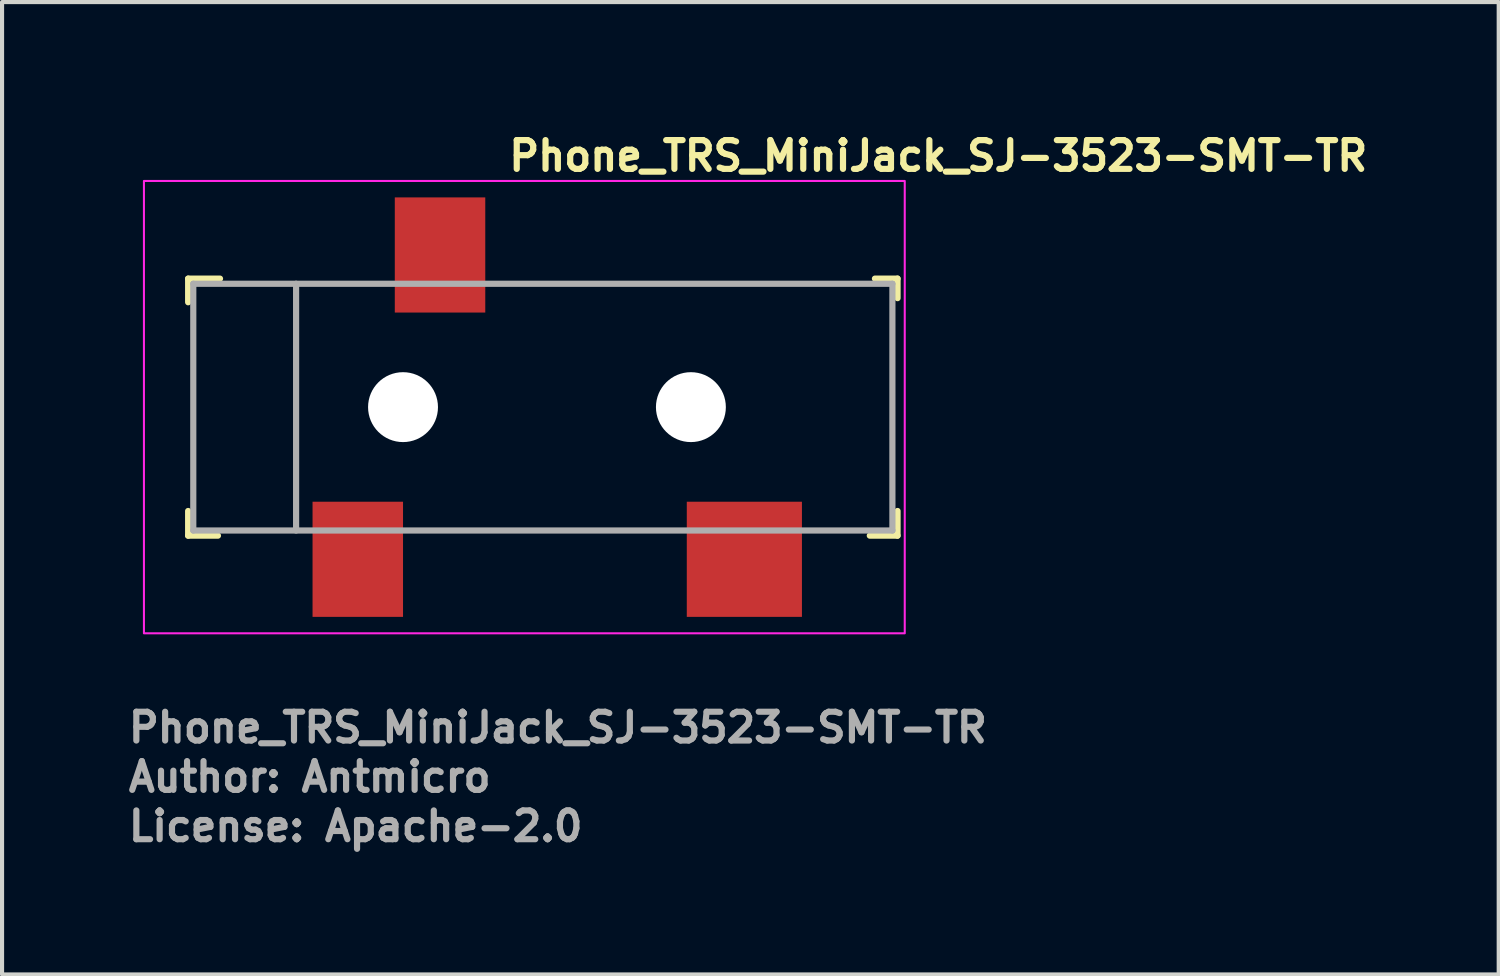
<source format=kicad_pcb>
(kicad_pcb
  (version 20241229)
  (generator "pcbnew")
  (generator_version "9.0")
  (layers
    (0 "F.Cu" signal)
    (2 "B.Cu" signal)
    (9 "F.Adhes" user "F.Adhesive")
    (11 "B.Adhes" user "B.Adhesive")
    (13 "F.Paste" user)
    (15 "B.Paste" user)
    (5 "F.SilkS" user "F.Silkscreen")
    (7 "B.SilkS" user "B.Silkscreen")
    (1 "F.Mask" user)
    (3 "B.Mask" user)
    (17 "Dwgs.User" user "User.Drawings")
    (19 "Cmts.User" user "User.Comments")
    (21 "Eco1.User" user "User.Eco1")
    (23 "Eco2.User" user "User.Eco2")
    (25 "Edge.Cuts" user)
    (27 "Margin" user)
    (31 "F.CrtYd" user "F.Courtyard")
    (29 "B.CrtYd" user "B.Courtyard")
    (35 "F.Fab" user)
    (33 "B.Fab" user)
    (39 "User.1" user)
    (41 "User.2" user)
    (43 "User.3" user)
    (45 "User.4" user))
  (footprint "Phone_TRS_MiniJack_SJ-3523-SMT-TR"
    (layer "F.Cu")
    (at 9.25 6.85)
    (property "Reference" "Phone_TRS_MiniJack_SJ-3523-SMT-TR" (at 0 -5.7 0) (layer "F.SilkS") (effects (font (size 0.7 0.7) (thickness 0.15)) (justify left bottom)))
    (attr smd)
    (fp_line (start -7.725 -3.125) (end -7.725 -2.55) (stroke (width 0.15) (type solid)) (layer "F.SilkS"))
    (fp_line (start -7.725 2.525) (end -7.725 3.125) (stroke (width 0.15) (type solid)) (layer "F.SilkS"))
    (fp_line (start -7.725 3.125) (end -7 3.125) (stroke (width 0.15) (type solid)) (layer "F.SilkS"))
    (fp_line (start -6.95 -3.125) (end -7.725 -3.125) (stroke (width 0.15) (type solid)) (layer "F.SilkS"))
    (fp_line (start 8.975 -3.125) (end 9.525 -3.125) (stroke (width 0.15) (type solid)) (layer "F.SilkS"))
    (fp_line (start 9.525 -3.125) (end 9.525 -2.65) (stroke (width 0.15) (type solid)) (layer "F.SilkS"))
    (fp_line (start 9.525 2.525) (end 9.525 3.125) (stroke (width 0.15) (type solid)) (layer "F.SilkS"))
    (fp_line (start 9.525 3.125) (end 8.85 3.125) (stroke (width 0.15) (type solid)) (layer "F.SilkS"))
    (fp_rect (start -8.8 -5.5) (end 9.7 5.5) (stroke (width 0.05) (type solid)) (fill no) (layer "F.CrtYd"))
    (fp_line (start -7.6 -3) (end -7.6 3) (stroke (width 0.15) (type solid)) (layer "F.Fab"))
    (fp_line (start -5.1 -3) (end -5.1 3) (stroke (width 0.15) (type solid)) (layer "F.Fab"))
    (fp_line (start 9.4 -3) (end -7.6 -3) (stroke (width 0.15) (type solid)) (layer "F.Fab"))
    (fp_line (start 9.4 -3) (end 9.4 3) (stroke (width 0.15) (type solid)) (layer "F.Fab"))
    (fp_line (start 9.4 3) (end -7.6 3) (stroke (width 0.15) (type solid)) (layer "F.Fab"))
    (fp_rect (start -8.5 -4.5) (end 8.5 4.5) (stroke (width 0.1) (type solid)) (fill no) (layer "User.5"))
    (fp_line (start -8.5 -2.325) (end -8.325 -2.5) (stroke (width 0.02) (type solid)) (layer "User.9"))
    (fp_line (start -8.5 -2.267) (end -8.5 -2.325) (stroke (width 0.02) (type solid)) (layer "User.9"))
    (fp_line (start -8.5 -2.267) (end -8.5 -2.267) (stroke (width 0.02) (type solid)) (layer "User.9"))
    (fp_line (start -8.5 -2.095) (end -8.5 -2.267) (stroke (width 0.02) (type solid)) (layer "User.9"))
    (fp_line (start -8.5 -2.095) (end -8.5 -2.095) (stroke (width 0.02) (type solid)) (layer "User.9"))
    (fp_line (start -8.5 -1.818) (end -8.5 -2.095) (stroke (width 0.02) (type solid)) (layer "User.9"))
    (fp_line (start -8.5 -1.818) (end -8.5 -1.818) (stroke (width 0.02) (type solid)) (layer "User.9"))
    (fp_line (start -8.5 -1.45) (end -8.5 -1.818) (stroke (width 0.02) (type solid)) (layer "User.9"))
    (fp_line (start -8.5 -1.45) (end -8.5 -1.45) (stroke (width 0.02) (type solid)) (layer "User.9"))
    (fp_line (start -8.5 -1.009) (end -8.5 -1.45) (stroke (width 0.02) (type solid)) (layer "User.9"))
    (fp_line (start -8.5 -1.009) (end -8.5 -1.009) (stroke (width 0.02) (type solid)) (layer "User.9"))
    (fp_line (start -8.5 -0.517) (end -8.5 -1.009) (stroke (width 0.02) (type solid)) (layer "User.9"))
    (fp_line (start -8.5 -0.517) (end -8.5 -0.517) (stroke (width 0.02) (type solid)) (layer "User.9"))
    (fp_line (start -8.5 0) (end -8.5 -0.517) (stroke (width 0.02) (type solid)) (layer "User.9"))
    (fp_line (start -8.5 0) (end -8.5 0) (stroke (width 0.02) (type solid)) (layer "User.9"))
    (fp_line (start -8.5 0.517) (end -8.5 0) (stroke (width 0.02) (type solid)) (layer "User.9"))
    (fp_line (start -8.5 0.517) (end -8.5 0.517) (stroke (width 0.02) (type solid)) (layer "User.9"))
    (fp_line (start -8.5 1.009) (end -8.5 0.517) (stroke (width 0.02) (type solid)) (layer "User.9"))
    (fp_line (start -8.5 1.009) (end -8.5 1.009) (stroke (width 0.02) (type solid)) (layer "User.9"))
    (fp_line (start -8.5 1.45) (end -8.5 1.009) (stroke (width 0.02) (type solid)) (layer "User.9"))
    (fp_line (start -8.5 1.45) (end -8.5 1.45) (stroke (width 0.02) (type solid)) (layer "User.9"))
    (fp_line (start -8.5 1.818) (end -8.5 1.45) (stroke (width 0.02) (type solid)) (layer "User.9"))
    (fp_line (start -8.5 1.818) (end -8.5 1.818) (stroke (width 0.02) (type solid)) (layer "User.9"))
    (fp_line (start -8.5 2.095) (end -8.5 1.818) (stroke (width 0.02) (type solid)) (layer "User.9"))
    (fp_line (start -8.5 2.095) (end -8.5 2.095) (stroke (width 0.02) (type solid)) (layer "User.9"))
    (fp_line (start -8.5 2.267) (end -8.5 2.095) (stroke (width 0.02) (type solid)) (layer "User.9"))
    (fp_line (start -8.5 2.267) (end -8.5 2.267) (stroke (width 0.02) (type solid)) (layer "User.9"))
    (fp_line (start -8.5 2.325) (end -8.5 2.267) (stroke (width 0.02) (type solid)) (layer "User.9"))
    (fp_line (start -8.5 2.325) (end -8.325 2.5) (stroke (width 0.02) (type solid)) (layer "User.9"))
    (fp_line (start -8.325 -2.5) (end -8.325 -2.484) (stroke (width 0.02) (type solid)) (layer "User.9"))
    (fp_line (start -8.325 -2.484) (end -8.325 -2.484) (stroke (width 0.02) (type solid)) (layer "User.9"))
    (fp_line (start -8.325 -2.484) (end -8.325 -2.437) (stroke (width 0.02) (type solid)) (layer "User.9"))
    (fp_line (start -8.325 -2.437) (end -8.325 -2.437) (stroke (width 0.02) (type solid)) (layer "User.9"))
    (fp_line (start -8.325 -2.437) (end -8.325 -2.36) (stroke (width 0.02) (type solid)) (layer "User.9"))
    (fp_line (start -8.325 -2.36) (end -8.325 -2.36) (stroke (width 0.02) (type solid)) (layer "User.9"))
    (fp_line (start -8.325 -2.36) (end -8.325 -2.252) (stroke (width 0.02) (type solid)) (layer "User.9"))
    (fp_line (start -8.325 -2.252) (end -8.325 -2.252) (stroke (width 0.02) (type solid)) (layer "User.9"))
    (fp_line (start -8.325 -2.252) (end -8.325 -2.117) (stroke (width 0.02) (type solid)) (layer "User.9"))
    (fp_line (start -8.325 -2.117) (end -8.325 -2.117) (stroke (width 0.02) (type solid)) (layer "User.9"))
    (fp_line (start -8.325 -2.117) (end -8.325 -1.955) (stroke (width 0.02) (type solid)) (layer "User.9"))
    (fp_line (start -8.325 -1.955) (end -8.325 -1.955) (stroke (width 0.02) (type solid)) (layer "User.9"))
    (fp_line (start -8.325 -1.955) (end -8.325 -1.768) (stroke (width 0.02) (type solid)) (layer "User.9"))
    (fp_line (start -8.325 -1.768) (end -8.325 -1.768) (stroke (width 0.02) (type solid)) (layer "User.9"))
    (fp_line (start -8.325 -1.768) (end -8.325 -1.559) (stroke (width 0.02) (type solid)) (layer "User.9"))
    (fp_line (start -8.325 -1.559) (end -8.325 -1.559) (stroke (width 0.02) (type solid)) (layer "User.9"))
    (fp_line (start -8.325 -1.559) (end -8.325 -1.33) (stroke (width 0.02) (type solid)) (layer "User.9"))
    (fp_line (start -8.325 -1.33) (end -8.325 -1.33) (stroke (width 0.02) (type solid)) (layer "User.9"))
    (fp_line (start -8.325 -1.33) (end -8.325 -1.085) (stroke (width 0.02) (type solid)) (layer "User.9"))
    (fp_line (start -8.325 -1.085) (end -8.325 -1.085) (stroke (width 0.02) (type solid)) (layer "User.9"))
    (fp_line (start -8.325 -1.085) (end -8.325 -0.826) (stroke (width 0.02) (type solid)) (layer "User.9"))
    (fp_line (start -8.325 -0.826) (end -8.325 -0.826) (stroke (width 0.02) (type solid)) (layer "User.9"))
    (fp_line (start -8.325 -0.826) (end -8.325 -0.556) (stroke (width 0.02) (type solid)) (layer "User.9"))
    (fp_line (start -8.325 -0.556) (end -8.325 -0.556) (stroke (width 0.02) (type solid)) (layer "User.9"))
    (fp_line (start -8.325 -0.556) (end -8.325 0) (stroke (width 0.02) (type solid)) (layer "User.9"))
    (fp_line (start -8.325 0) (end -8.325 0.28) (stroke (width 0.02) (type solid)) (layer "User.9"))
    (fp_line (start -8.325 0.28) (end -8.325 0.28) (stroke (width 0.02) (type solid)) (layer "User.9"))
    (fp_line (start -8.325 0.28) (end -8.325 0.826) (stroke (width 0.02) (type solid)) (layer "User.9"))
    (fp_line (start -8.325 0.826) (end -8.325 0.826) (stroke (width 0.02) (type solid)) (layer "User.9"))
    (fp_line (start -8.325 0.826) (end -8.325 1.085) (stroke (width 0.02) (type solid)) (layer "User.9"))
    (fp_line (start -8.325 1.085) (end -8.325 1.085) (stroke (width 0.02) (type solid)) (layer "User.9"))
    (fp_line (start -8.325 1.085) (end -8.325 1.33) (stroke (width 0.02) (type solid)) (layer "User.9"))
    (fp_line (start -8.325 1.33) (end -8.325 1.33) (stroke (width 0.02) (type solid)) (layer "User.9"))
    (fp_line (start -8.325 1.33) (end -8.325 1.559) (stroke (width 0.02) (type solid)) (layer "User.9"))
    (fp_line (start -8.325 1.559) (end -8.325 1.559) (stroke (width 0.02) (type solid)) (layer "User.9"))
    (fp_line (start -8.325 1.559) (end -8.325 1.768) (stroke (width 0.02) (type solid)) (layer "User.9"))
    (fp_line (start -8.325 1.768) (end -8.325 1.768) (stroke (width 0.02) (type solid)) (layer "User.9"))
    (fp_line (start -8.325 1.768) (end -8.325 1.955) (stroke (width 0.02) (type solid)) (layer "User.9"))
    (fp_line (start -8.325 1.955) (end -8.325 1.955) (stroke (width 0.02) (type solid)) (layer "User.9"))
    (fp_line (start -8.325 1.955) (end -8.325 2.117) (stroke (width 0.02) (type solid)) (layer "User.9"))
    (fp_line (start -8.325 2.117) (end -8.325 2.117) (stroke (width 0.02) (type solid)) (layer "User.9"))
    (fp_line (start -8.325 2.117) (end -8.325 2.252) (stroke (width 0.02) (type solid)) (layer "User.9"))
    (fp_line (start -8.325 2.252) (end -8.325 2.252) (stroke (width 0.02) (type solid)) (layer "User.9"))
    (fp_line (start -8.325 2.252) (end -8.325 2.36) (stroke (width 0.02) (type solid)) (layer "User.9"))
    (fp_line (start -8.325 2.36) (end -8.325 2.36) (stroke (width 0.02) (type solid)) (layer "User.9"))
    (fp_line (start -8.325 2.36) (end -8.325 2.437) (stroke (width 0.02) (type solid)) (layer "User.9"))
    (fp_line (start -8.325 2.437) (end -8.325 2.437) (stroke (width 0.02) (type solid)) (layer "User.9"))
    (fp_line (start -8.325 2.437) (end -8.325 2.484) (stroke (width 0.02) (type solid)) (layer "User.9"))
    (fp_line (start -8.325 2.484) (end -8.325 2.484) (stroke (width 0.02) (type solid)) (layer "User.9"))
    (fp_line (start -8.325 2.484) (end -8.325 2.5) (stroke (width 0.02) (type solid)) (layer "User.9"))
    (fp_line (start -6 -2.5) (end -8.325 -2.5) (stroke (width 0.02) (type solid)) (layer "User.9"))
    (fp_line (start -6 0) (end -6 -3) (stroke (width 0.02) (type solid)) (layer "User.9"))
    (fp_line (start -6 2.5) (end -8.325 2.5) (stroke (width 0.02) (type solid)) (layer "User.9"))
    (fp_line (start -6 3) (end -6 0) (stroke (width 0.02) (type solid)) (layer "User.9"))
    (fp_line (start -5.1 2.375) (end -5.1 3) (stroke (width 0.02) (type solid)) (layer "User.9"))
    (fp_line (start -5.1 3) (end -6 3) (stroke (width 0.02) (type solid)) (layer "User.9"))
    (fp_line (start -4.1 2.825) (end -4.1 2.625) (stroke (width 0.02) (type solid)) (layer "User.9"))
    (fp_line (start -4.1 4.5) (end -4.1 2.825) (stroke (width 0.02) (type solid)) (layer "User.9"))
    (fp_line (start -3.1 2.375) (end -5.1 2.375) (stroke (width 0.02) (type solid)) (layer "User.9"))
    (fp_line (start -3.1 2.625) (end -5.1 2.625) (stroke (width 0.02) (type solid)) (layer "User.9"))
    (fp_line (start -3.1 3) (end -3.1 2.375) (stroke (width 0.02) (type solid)) (layer "User.9"))
    (fp_line (start -3.1 3) (end -3.1 4.5) (stroke (width 0.02) (type solid)) (layer "User.9"))
    (fp_line (start -3.1 4.5) (end -4.1 4.5) (stroke (width 0.02) (type solid)) (layer "User.9"))
    (fp_line (start -2.1 -4.5) (end -1.1 -4.5) (stroke (width 0.02) (type solid)) (layer "User.9"))
    (fp_line (start -2.1 -3) (end -6 -3) (stroke (width 0.02) (type solid)) (layer "User.9"))
    (fp_line (start -2.1 -3) (end -2.1 -4.5) (stroke (width 0.02) (type solid)) (layer "User.9"))
    (fp_line (start -2.1 -2.625) (end -0.1 -2.625) (stroke (width 0.02) (type solid)) (layer "User.9"))
    (fp_line (start -2.1 -2.375) (end -2.1 -3) (stroke (width 0.02) (type solid)) (layer "User.9"))
    (fp_line (start -1.1 -4.5) (end -1.1 -2.825) (stroke (width 0.02) (type solid)) (layer "User.9"))
    (fp_line (start -1.1 -2.825) (end -1.1 -2.625) (stroke (width 0.02) (type solid)) (layer "User.9"))
    (fp_line (start -0.1 -3) (end -0.1 -2.375) (stroke (width 0.02) (type solid)) (layer "User.9"))
    (fp_line (start -0.1 -2.375) (end -2.1 -2.375) (stroke (width 0.02) (type solid)) (layer "User.9"))
    (fp_line (start 5.05 4.5) (end 5.05 3) (stroke (width 0.02) (type solid)) (layer "User.9"))
    (fp_line (start 6.55 3) (end 6.55 4.5) (stroke (width 0.02) (type solid)) (layer "User.9"))
    (fp_line (start 6.55 4.5) (end 5.05 4.5) (stroke (width 0.02) (type solid)) (layer "User.9"))
    (fp_line (start 8.5 -3) (end -0.1 -3) (stroke (width 0.02) (type solid)) (layer "User.9"))
    (fp_line (start 8.5 3) (end -3.1 3) (stroke (width 0.02) (type solid)) (layer "User.9"))
    (fp_line (start 8.5 3) (end 8.5 -3) (stroke (width 0.02) (type solid)) (layer "User.9"))
    (fp_text user "${REFERENCE}" (at -9.25 8.2 0) (layer "F.Fab") (effects (font (size 0.7 0.7) (thickness 0.15)) (justify left bottom)))
    (fp_text user "Author: Antmicro" (at -9.25 9.4 0) (layer "F.Fab") (effects (font (size 0.7 0.7) (thickness 0.15)) (justify left bottom)))
    (fp_text user "License: Apache-2.0" (at -9.25 10.6 0) (layer "F.Fab") (effects (font (size 0.7 0.7) (thickness 0.15)) (justify left bottom)))
    (pad "" np_thru_hole circle (at -2.5 0) (size 1.7 1.7) (drill 1.7) (layers "*.Cu" "*.Mask"))
    (pad "" np_thru_hole circle (at 4.5 0) (size 1.7 1.7) (drill 1.7) (layers "*.Cu" "*.Mask"))
    (pad "1" smd rect (at -3.6 3.7) (size 2.2 2.8) (layers "F.Cu" "F.Mask" "F.Paste"))
    (pad "2" smd rect (at 5.8 3.7) (size 2.8 2.8) (layers "F.Cu" "F.Mask" "F.Paste"))
    (pad "3" smd rect (at -1.6 -3.7) (size 2.2 2.8) (layers "F.Cu" "F.Mask" "F.Paste")))
  (gr_rect
    (start -3 -3)
    (end 33.393 20.645)
    (stroke (width 0.1) (type default))
    (fill no)
    (layer "Edge.Cuts")))
</source>
